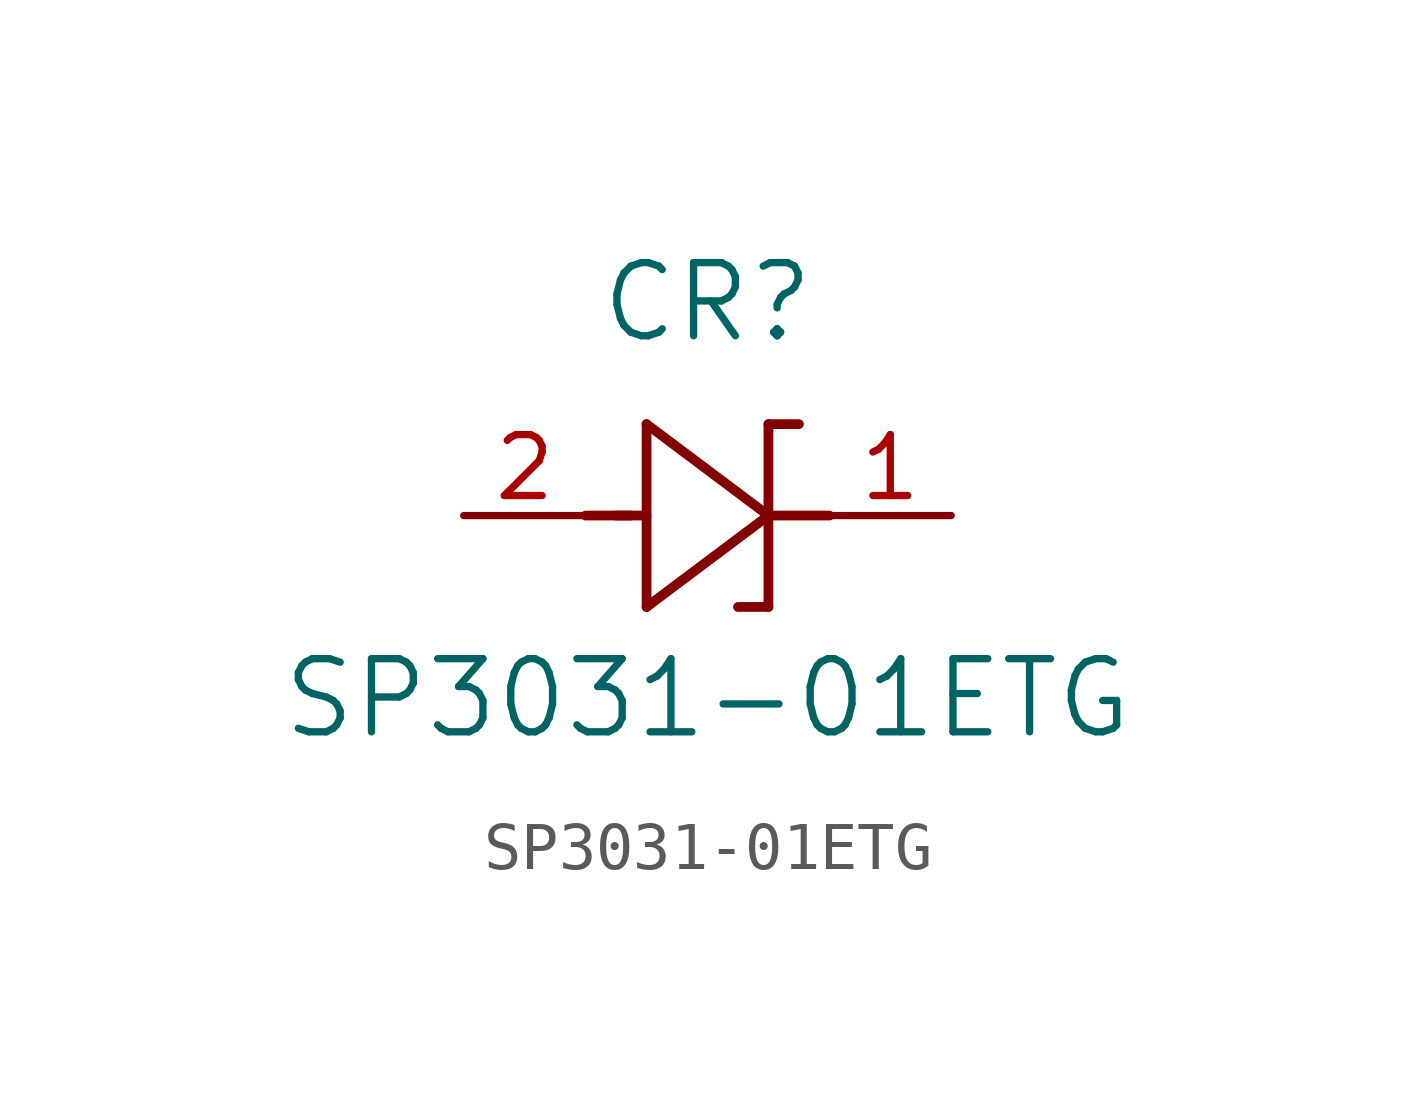
<source format=kicad_sym>
(kicad_symbol_lib
  (version 20211014)
  (generator kicad_symbol_editor)
  (symbol "SP3031-01ETG"
    (pin_names
      (offset 0.254))
    (property "Reference" "CR"
      (at 5.08 4.445 0)
      (effects (font (size 1.524 1.524))))
    (property "Value" "SP3031-01ETG"
      (at 5.08 -3.81 0)
      (effects (font (size 1.524 1.524))))
    (symbol "SP3031-01ETG_0_1"
      (polyline (pts (xy 2.54 0) (xy 3.48 0)) (stroke (width 0.203) (type default) (color 0 0 0 0)) (fill (type none)))
      (polyline (pts (xy 3.175 0) (xy 3.81 0)) (stroke (width 0.203) (type default) (color 0 0 0 0)) (fill (type none)))
      (polyline (pts (xy 3.81 -1.905) (xy 6.35 0)) (stroke (width 0.203) (type default) (color 0 0 0 0)) (fill (type none)))
      (polyline (pts (xy 6.35 -1.905) (xy 5.715 -1.905)) (stroke (width 0.203) (type default) (color 0 0 0 0)) (fill (type none)))
      (polyline (pts (xy 6.35 1.905) (xy 6.985 1.905)) (stroke (width 0.203) (type default) (color 0 0 0 0)) (fill (type none)))
      (polyline (pts (xy 3.81 1.905) (xy 3.81 -1.905)) (stroke (width 0.203) (type default) (color 0 0 0 0)) (fill (type none)))
      (polyline (pts (xy 6.35 -1.905) (xy 6.35 1.905)) (stroke (width 0.203) (type default) (color 0 0 0 0)) (fill (type none)))
      (polyline (pts (xy 6.35 0) (xy 3.81 1.905)) (stroke (width 0.203) (type default) (color 0 0 0 0)) (fill (type none)))
      (polyline (pts (xy 6.35 0) (xy 7.62 0)) (stroke (width 0.203) (type default) (color 0 0 0 0)) (fill (type none)))
      (pin unspecified line (at 0 0 0) (length 2.54) (name "" (effects (font (size 1.27 1.27)))) (number "2" (effects (font (size 1.27 1.27)))))
      (pin unspecified line (at 10.16 0 180) (length 2.54) (name "" (effects (font (size 1.27 1.27)))) (number "1" (effects (font (size 1.27 1.27))))))))
</source>
